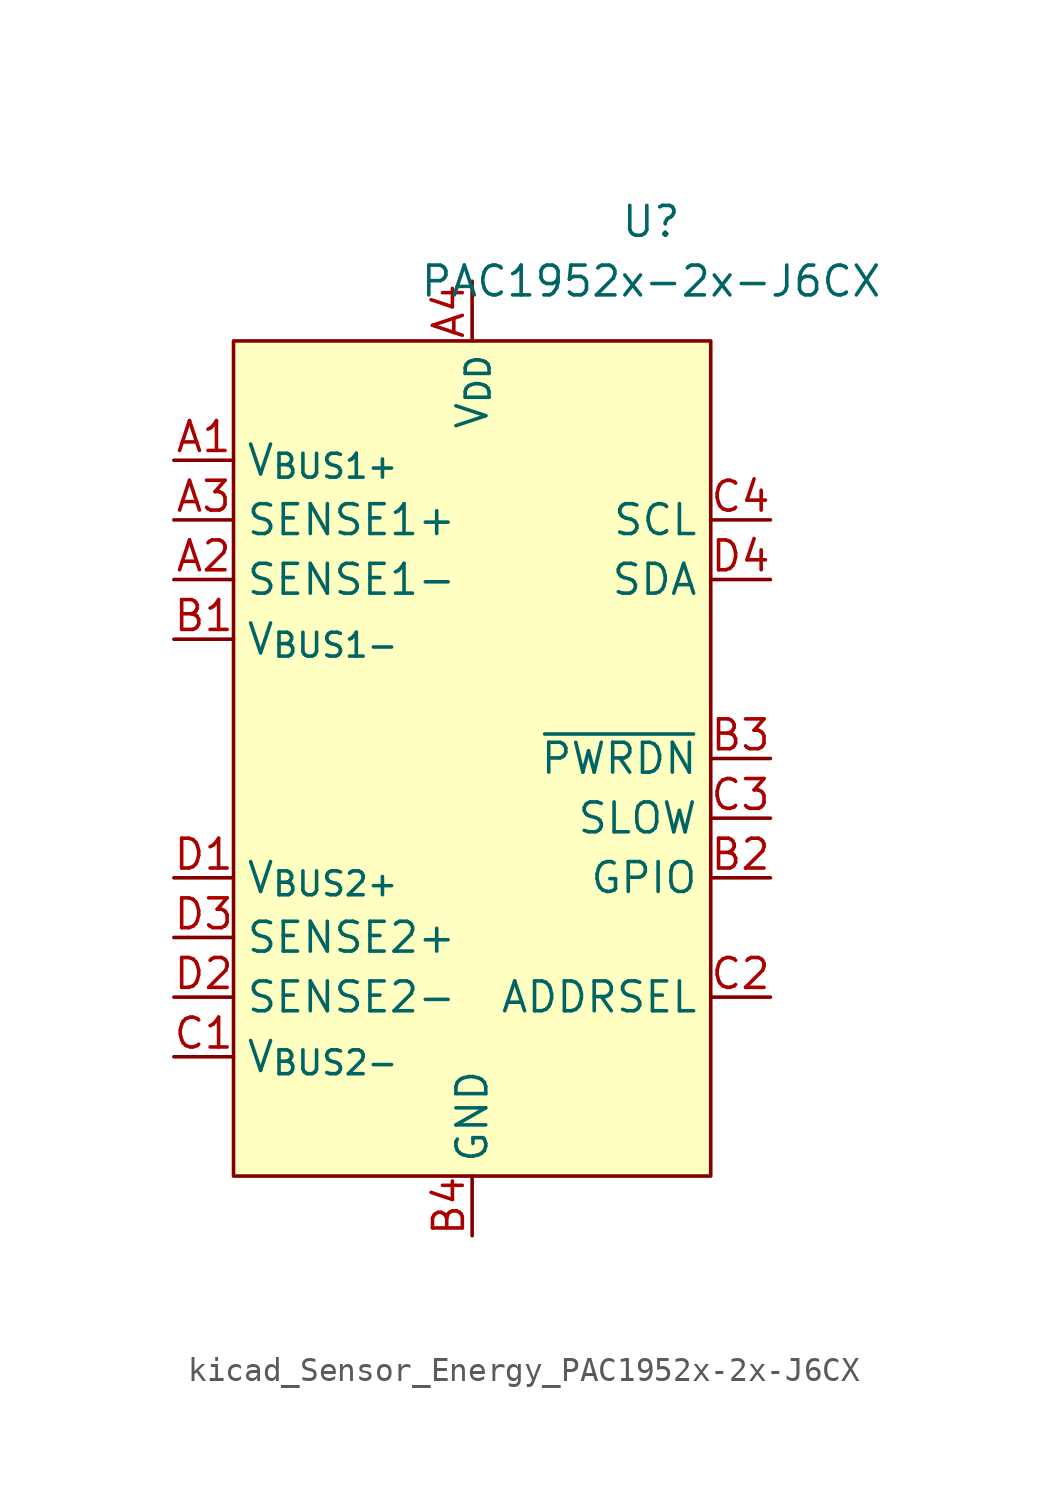
<source format=kicad_sym>
(kicad_symbol_lib
  (version 20220914)
  (generator kicad_symbol_editor)
  (symbol "kicad_Sensor_Energy_PAC1952x-2x-J6CX"
    (property "Reference" "U"
      (at 7.62 22.86 0)
      (effects (font (size 1.27 1.27))))
    (property "Value" "PAC1952x-2x-J6CX"
      (at 7.62 20.32 0)
      (effects (font (size 1.27 1.27))))
    (symbol "kicad_Sensor_Energy_PAC1952x-2x-J6CX_0_0"
      (pin input line (at -12.7 12.7 0) (length 2.54) (name "V_{BUS1+}" (effects (font (size 1.27 1.27)))) (number "A1" (effects (font (size 1.27 1.27)))))
      (pin input line (at -12.7 7.62 0) (length 2.54) (name "SENSE1-" (effects (font (size 1.27 1.27)))) (number "A2" (effects (font (size 1.27 1.27)))))
      (pin input line (at -12.7 10.16 0) (length 2.54) (name "SENSE1+" (effects (font (size 1.27 1.27)))) (number "A3" (effects (font (size 1.27 1.27)))))
      (pin power_in line (at 0 20.32 270) (length 2.54) (name "V_{DD}" (effects (font (size 1.27 1.27)))) (number "A4" (effects (font (size 1.27 1.27)))))
      (pin input line (at -12.7 5.08 0) (length 2.54) (name "V_{BUS1-}" (effects (font (size 1.27 1.27)))) (number "B1" (effects (font (size 1.27 1.27)))))
      (pin bidirectional line (at 12.7 -5.08 180) (length 2.54) (name "GPIO" (effects (font (size 1.27 1.27)))) (number "B2" (effects (font (size 1.27 1.27)))) (alternate "~{ALERT2}" open_collector line))
      (pin input line (at 12.7 0 180) (length 2.54) (name "~{PWRDN}" (effects (font (size 1.27 1.27)))) (number "B3" (effects (font (size 1.27 1.27)))))
      (pin power_in line (at 0 -20.32 90) (length 2.54) (name "GND" (effects (font (size 1.27 1.27)))) (number "B4" (effects (font (size 1.27 1.27)))))
      (pin input line (at -12.7 -12.7 0) (length 2.54) (name "V_{BUS2-}" (effects (font (size 1.27 1.27)))) (number "C1" (effects (font (size 1.27 1.27)))))
      (pin passive line (at 12.7 -10.16 180) (length 2.54) (name "ADDRSEL" (effects (font (size 1.27 1.27)))) (number "C2" (effects (font (size 1.27 1.27)))))
      (pin input line (at 12.7 -2.54 180) (length 2.54) (name "SLOW" (effects (font (size 1.27 1.27)))) (number "C3" (effects (font (size 1.27 1.27)))) (alternate "GPIO" bidirectional line) (alternate "~{ALERT1}" open_collector line))
      (pin input line (at 12.7 10.16 180) (length 2.54) (name "SCL" (effects (font (size 1.27 1.27)))) (number "C4" (effects (font (size 1.27 1.27)))) (alternate "SM_CLK" input line))
      (pin input line (at -12.7 -5.08 0) (length 2.54) (name "V_{BUS2+}" (effects (font (size 1.27 1.27)))) (number "D1" (effects (font (size 1.27 1.27)))))
      (pin input line (at -12.7 -10.16 0) (length 2.54) (name "SENSE2-" (effects (font (size 1.27 1.27)))) (number "D2" (effects (font (size 1.27 1.27)))))
      (pin input line (at -12.7 -7.62 0) (length 2.54) (name "SENSE2+" (effects (font (size 1.27 1.27)))) (number "D3" (effects (font (size 1.27 1.27)))))
      (pin bidirectional line (at 12.7 7.62 180) (length 2.54) (name "SDA" (effects (font (size 1.27 1.27)))) (number "D4" (effects (font (size 1.27 1.27)))) (alternate "SM_DATA" bidirectional line)))
    (symbol "kicad_Sensor_Energy_PAC1952x-2x-J6CX_0_1"
      (rectangle (start -10.16 17.78) (end 10.16 -17.78) (stroke (width 0) (type default)) (fill (type background))))))
</source>
